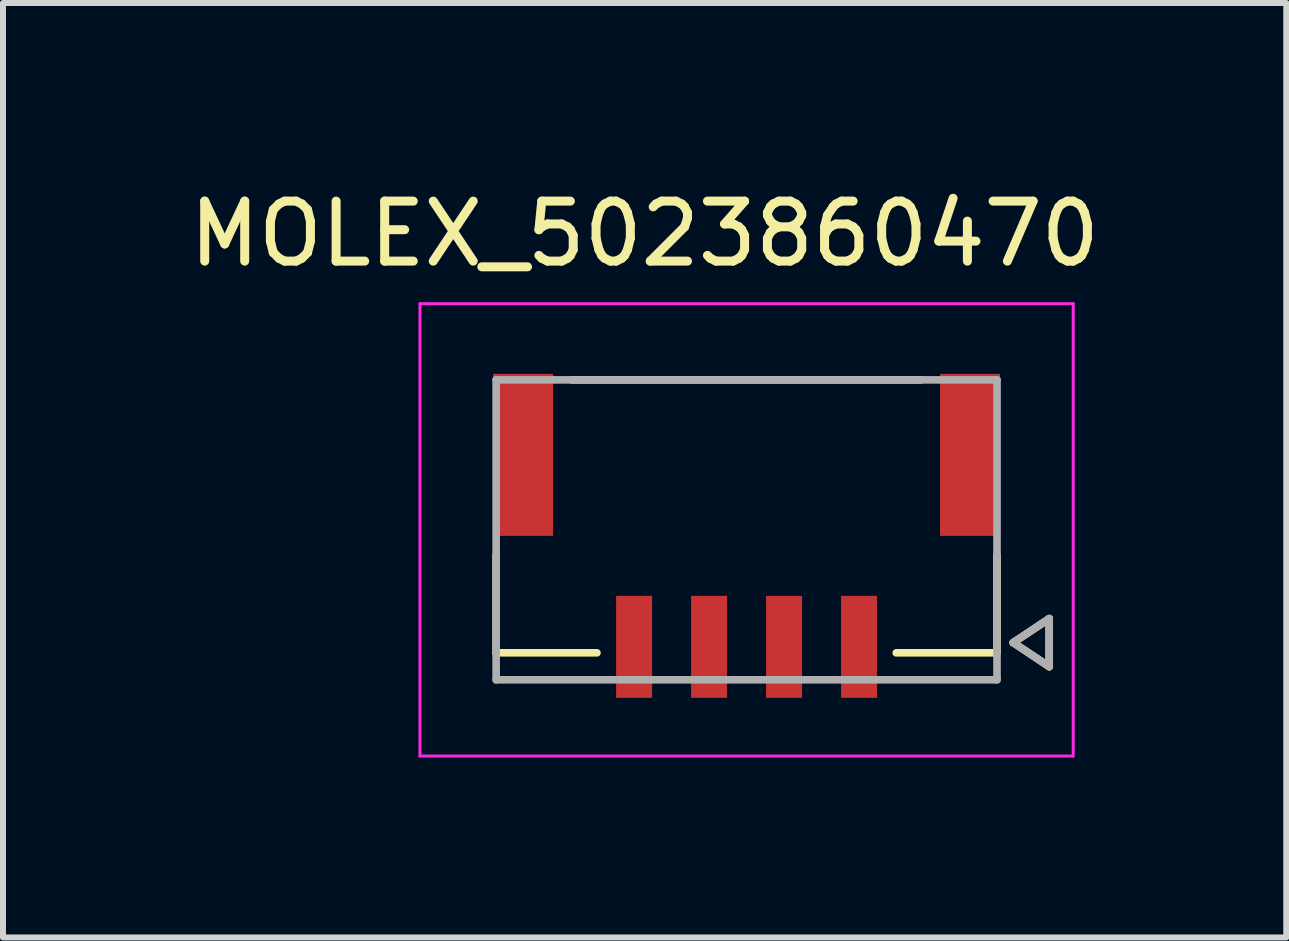
<source format=kicad_pcb>
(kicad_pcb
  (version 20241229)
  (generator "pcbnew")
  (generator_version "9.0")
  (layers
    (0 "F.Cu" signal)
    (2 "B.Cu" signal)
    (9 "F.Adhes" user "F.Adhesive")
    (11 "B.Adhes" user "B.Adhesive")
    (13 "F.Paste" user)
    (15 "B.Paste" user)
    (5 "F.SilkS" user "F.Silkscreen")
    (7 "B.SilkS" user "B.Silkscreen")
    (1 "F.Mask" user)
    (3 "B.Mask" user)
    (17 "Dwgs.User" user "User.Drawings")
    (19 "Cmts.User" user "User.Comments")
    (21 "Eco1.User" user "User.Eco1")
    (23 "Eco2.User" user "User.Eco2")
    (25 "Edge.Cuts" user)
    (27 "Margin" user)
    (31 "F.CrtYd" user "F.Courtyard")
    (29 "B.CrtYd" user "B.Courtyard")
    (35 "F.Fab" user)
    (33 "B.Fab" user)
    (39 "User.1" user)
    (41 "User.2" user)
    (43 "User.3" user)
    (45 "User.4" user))
  (footprint "MOLEX_5023860470"
    (layer "F.Cu")
    (at 9.396 5.783)
    (property "Reference" "MOLEX_5023860470" (at -1.7 -4.935 0) (layer "F.SilkS") (effects (font (size 1 1) (thickness 0.15))))
    (attr through_hole)
    (fp_poly (pts (xy -4.301 -2.676) (xy -3.149 -2.676) (xy -3.149 0.176) (xy -4.301 0.176)) (stroke (width 0.01) (type solid)) (fill yes) (layer "F.Mask"))
    (fp_poly (pts (xy -2.251 1.024) (xy -1.499 1.024) (xy -1.499 2.876) (xy -2.251 2.876)) (stroke (width 0.01) (type solid)) (fill yes) (layer "F.Mask"))
    (fp_poly (pts (xy -1.001 1.024) (xy -0.249 1.024) (xy -0.249 2.876) (xy -1.001 2.876)) (stroke (width 0.01) (type solid)) (fill yes) (layer "F.Mask"))
    (fp_poly (pts (xy 0.249 1.024) (xy 1.001 1.024) (xy 1.001 2.876) (xy 0.249 2.876)) (stroke (width 0.01) (type solid)) (fill yes) (layer "F.Mask"))
    (fp_poly (pts (xy 1.499 1.024) (xy 2.251 1.024) (xy 2.251 2.876) (xy 1.499 2.876)) (stroke (width 0.01) (type solid)) (fill yes) (layer "F.Mask"))
    (fp_poly (pts (xy 3.149 -2.676) (xy 4.301 -2.676) (xy 4.301 0.176) (xy 3.149 0.176)) (stroke (width 0.01) (type solid)) (fill yes) (layer "F.Mask"))
    (fp_line (start -4.175 0.42) (end -4.175 2.05) (stroke (width 0.127) (type solid)) (layer "F.SilkS"))
    (fp_line (start -4.175 2.05) (end -2.495 2.05) (stroke (width 0.127) (type solid)) (layer "F.SilkS"))
    (fp_line (start 2.495 2.05) (end 4.175 2.05) (stroke (width 0.127) (type solid)) (layer "F.SilkS"))
    (fp_line (start 2.905 -2.5) (end -2.905 -2.5) (stroke (width 0.127) (type solid)) (layer "F.SilkS"))
    (fp_line (start 4.175 0.42) (end 4.175 2.05) (stroke (width 0.127) (type solid)) (layer "F.SilkS"))
    (fp_line (start 4.445 1.88) (end 5.045 2.28) (stroke (width 0.127) (type solid)) (layer "F.SilkS"))
    (fp_line (start 5.045 1.48) (end 4.445 1.88) (stroke (width 0.127) (type solid)) (layer "F.SilkS"))
    (fp_line (start 5.045 2.28) (end 5.045 1.48) (stroke (width 0.127) (type solid)) (layer "F.SilkS"))
    (fp_line (start -5.445 -3.77) (end -5.445 3.77) (stroke (width 0.05) (type solid)) (layer "F.CrtYd"))
    (fp_line (start -5.445 3.77) (end 5.445 3.77) (stroke (width 0.05) (type solid)) (layer "F.CrtYd"))
    (fp_line (start 5.445 -3.77) (end -5.445 -3.77) (stroke (width 0.05) (type solid)) (layer "F.CrtYd"))
    (fp_line (start 5.445 3.77) (end 5.445 -3.77) (stroke (width 0.05) (type solid)) (layer "F.CrtYd"))
    (fp_line (start -4.175 -2.5) (end -4.175 2.5) (stroke (width 0.127) (type solid)) (layer "F.Fab"))
    (fp_line (start -4.175 2.5) (end 4.175 2.5) (stroke (width 0.127) (type solid)) (layer "F.Fab"))
    (fp_line (start 4.175 -2.5) (end -4.175 -2.5) (stroke (width 0.127) (type solid)) (layer "F.Fab"))
    (fp_line (start 4.175 2.5) (end 4.175 -2.5) (stroke (width 0.127) (type solid)) (layer "F.Fab"))
    (fp_line (start 4.445 1.88) (end 5.045 2.28) (stroke (width 0.127) (type solid)) (layer "F.Fab"))
    (fp_line (start 5.045 1.48) (end 4.445 1.88) (stroke (width 0.127) (type solid)) (layer "F.Fab"))
    (fp_line (start 5.045 2.28) (end 5.045 1.48) (stroke (width 0.127) (type solid)) (layer "F.Fab"))
    (pad "1" smd rect (at 1.875 1.95) (size 0.6 1.7) (layers "F.Cu" "F.Paste"))
    (pad "2" smd rect (at 0.625 1.95) (size 0.6 1.7) (layers "F.Cu" "F.Paste"))
    (pad "3" smd rect (at -0.625 1.95) (size 0.6 1.7) (layers "F.Cu" "F.Paste"))
    (pad "4" smd rect (at -1.875 1.95) (size 0.6 1.7) (layers "F.Cu" "F.Paste"))
    (pad "S1" smd rect (at 3.725 -1.25) (size 1 2.7) (layers "F.Cu" "F.Paste"))
    (pad "S2" smd rect (at -3.725 -1.25) (size 1 2.7) (layers "F.Cu" "F.Paste")))
  (gr_rect
    (start -3 -3)
    (end 18.393 12.578)
    (stroke (width 0.1) (type default))
    (fill no)
    (layer "Edge.Cuts")))
</source>
